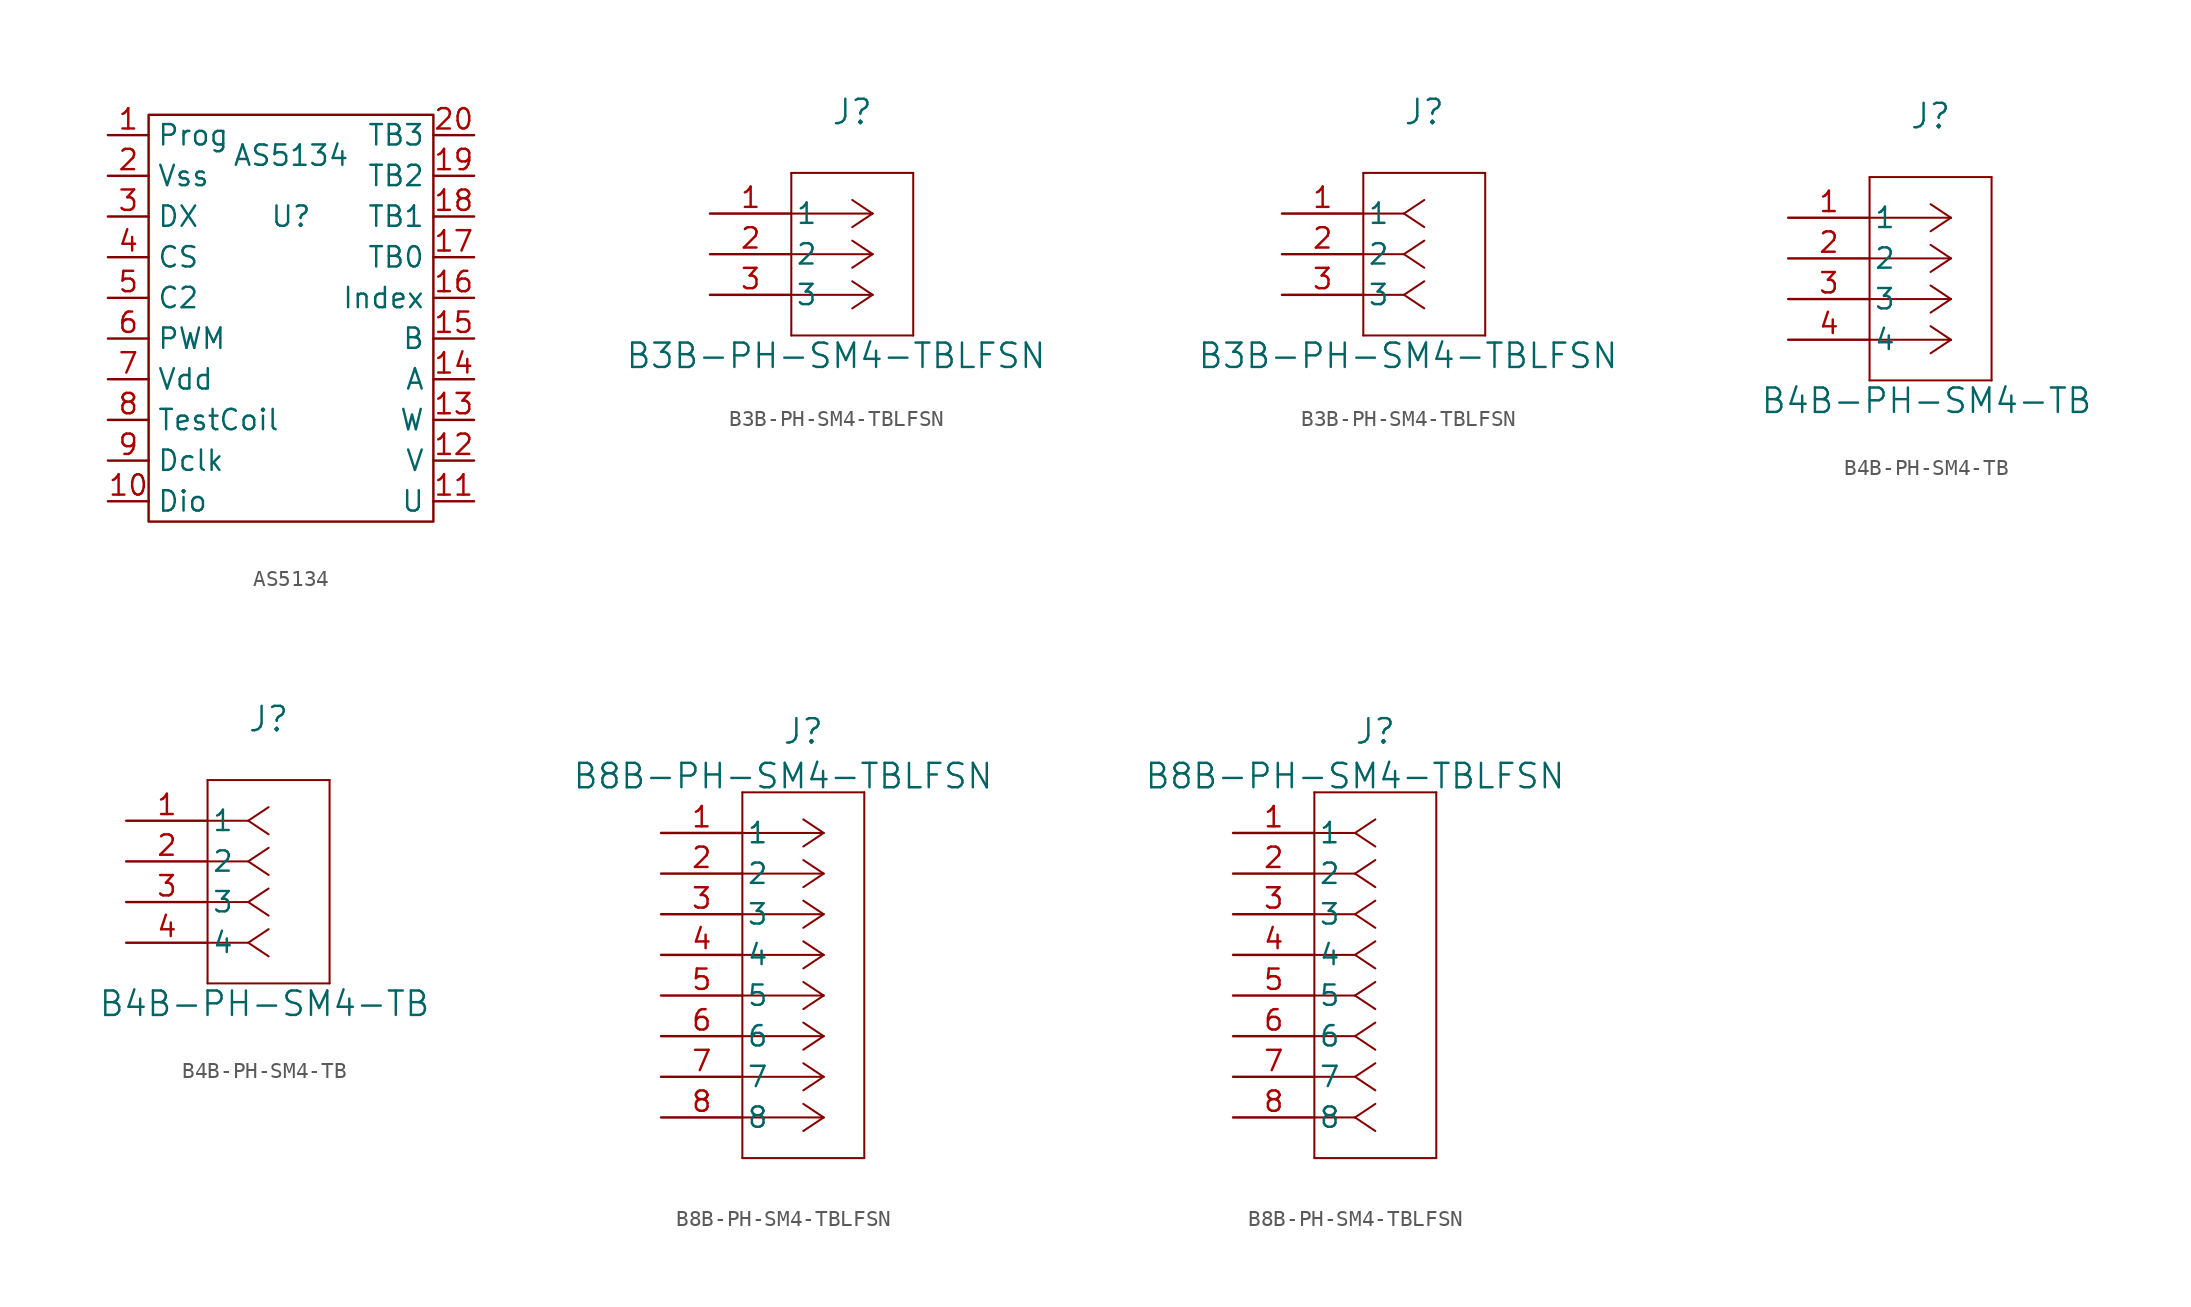
<source format=kicad_sym>
(kicad_symbol_lib
  (version 20241209)
  (generator "kicad_symbol_editor")
  (generator_version "9.0")
  (symbol "AS5134"
    (property "Reference" "U"
      (at 0 6.35 0)
      (effects (font (size 1.27 1.27))))
    (property "Value" "AS5134"
      (at 0 10.16 0)
      (effects (font (size 1.27 1.27))))
    (symbol "AS5134_0_1"
      (rectangle (start -8.89 12.7) (end 8.89 -12.7) (stroke (width 0) (type default)) (fill (type none))))
    (symbol "AS5134_1_1"
      (pin input line (at -11.43 11.43 0) (length 2.54) (name "Prog" (effects (font (size 1.27 1.27)))) (number "1" (effects (font (size 1.27 1.27)))))
      (pin power_in line (at -11.43 8.89 0) (length 2.54) (name "Vss" (effects (font (size 1.27 1.27)))) (number "2" (effects (font (size 1.27 1.27)))))
      (pin input line (at -11.43 6.35 0) (length 2.54) (name "DX" (effects (font (size 1.27 1.27)))) (number "3" (effects (font (size 1.27 1.27)))))
      (pin input line (at -11.43 3.81 0) (length 2.54) (name "CS" (effects (font (size 1.27 1.27)))) (number "4" (effects (font (size 1.27 1.27)))))
      (pin input line (at -11.43 1.27 0) (length 2.54) (name "C2" (effects (font (size 1.27 1.27)))) (number "5" (effects (font (size 1.27 1.27)))))
      (pin output line (at -11.43 -1.27 0) (length 2.54) (name "PWM" (effects (font (size 1.27 1.27)))) (number "6" (effects (font (size 1.27 1.27)))))
      (pin power_in line (at -11.43 -3.81 0) (length 2.54) (name "Vdd" (effects (font (size 1.27 1.27)))) (number "7" (effects (font (size 1.27 1.27)))))
      (pin output line (at -11.43 -6.35 0) (length 2.54) (name "TestCoil" (effects (font (size 1.27 1.27)))) (number "8" (effects (font (size 1.27 1.27)))))
      (pin input line (at -11.43 -8.89 0) (length 2.54) (name "Dclk" (effects (font (size 1.27 1.27)))) (number "9" (effects (font (size 1.27 1.27)))))
      (pin input line (at -11.43 -11.43 0) (length 2.54) (name "Dio" (effects (font (size 1.27 1.27)))) (number "10" (effects (font (size 1.27 1.27)))))
      (pin input line (at 11.43 11.43 180) (length 2.54) (name "TB3" (effects (font (size 1.27 1.27)))) (number "20" (effects (font (size 1.27 1.27)))))
      (pin input line (at 11.43 8.89 180) (length 2.54) (name "TB2" (effects (font (size 1.27 1.27)))) (number "19" (effects (font (size 1.27 1.27)))))
      (pin input line (at 11.43 6.35 180) (length 2.54) (name "TB1" (effects (font (size 1.27 1.27)))) (number "18" (effects (font (size 1.27 1.27)))))
      (pin input line (at 11.43 3.81 180) (length 2.54) (name "TB0" (effects (font (size 1.27 1.27)))) (number "17" (effects (font (size 1.27 1.27)))))
      (pin input line (at 11.43 1.27 180) (length 2.54) (name "Index" (effects (font (size 1.27 1.27)))) (number "16" (effects (font (size 1.27 1.27)))))
      (pin output line (at 11.43 -1.27 180) (length 2.54) (name "B" (effects (font (size 1.27 1.27)))) (number "15" (effects (font (size 1.27 1.27)))))
      (pin output line (at 11.43 -3.81 180) (length 2.54) (name "A" (effects (font (size 1.27 1.27)))) (number "14" (effects (font (size 1.27 1.27)))))
      (pin output line (at 11.43 -6.35 180) (length 2.54) (name "W" (effects (font (size 1.27 1.27)))) (number "13" (effects (font (size 1.27 1.27)))))
      (pin output line (at 11.43 -8.89 180) (length 2.54) (name "V" (effects (font (size 1.27 1.27)))) (number "12" (effects (font (size 1.27 1.27)))))
      (pin output line (at 11.43 -11.43 180) (length 2.54) (name "U" (effects (font (size 1.27 1.27)))) (number "11" (effects (font (size 1.27 1.27)))))))
  (symbol "B3B-PH-SM4-TBLFSN"
    (pin_names
      (offset 0.254))
    (property "Reference" "J"
      (at 8.89 6.35 0)
      (effects (font (size 1.524 1.524))))
    (property "Value" "B3B-PH-SM4-TBLFSN"
      (at 7.874 -8.89 0)
      (effects (font (size 1.524 1.524))))
    (property "ki_locked" ""
      (at 0 0 0)
      (effects (font (size 1.27 1.27))))
    (symbol "B3B-PH-SM4-TBLFSN_1_1"
      (polyline (pts (xy 5.08 2.54) (xy 5.08 -7.62)) (stroke (width 0.127) (type default)) (fill (type none)))
      (polyline (pts (xy 5.08 -7.62) (xy 12.7 -7.62)) (stroke (width 0.127) (type default)) (fill (type none)))
      (polyline (pts (xy 10.16 0) (xy 5.08 0)) (stroke (width 0.127) (type default)) (fill (type none)))
      (polyline (pts (xy 10.16 0) (xy 8.89 0.847)) (stroke (width 0.127) (type default)) (fill (type none)))
      (polyline (pts (xy 10.16 0) (xy 8.89 -0.847)) (stroke (width 0.127) (type default)) (fill (type none)))
      (polyline (pts (xy 10.16 -2.54) (xy 5.08 -2.54)) (stroke (width 0.127) (type default)) (fill (type none)))
      (polyline (pts (xy 10.16 -2.54) (xy 8.89 -1.693)) (stroke (width 0.127) (type default)) (fill (type none)))
      (polyline (pts (xy 10.16 -2.54) (xy 8.89 -3.387)) (stroke (width 0.127) (type default)) (fill (type none)))
      (polyline (pts (xy 10.16 -5.08) (xy 5.08 -5.08)) (stroke (width 0.127) (type default)) (fill (type none)))
      (polyline (pts (xy 10.16 -5.08) (xy 8.89 -4.233)) (stroke (width 0.127) (type default)) (fill (type none)))
      (polyline (pts (xy 10.16 -5.08) (xy 8.89 -5.927)) (stroke (width 0.127) (type default)) (fill (type none)))
      (polyline (pts (xy 12.7 2.54) (xy 5.08 2.54)) (stroke (width 0.127) (type default)) (fill (type none)))
      (polyline (pts (xy 12.7 -7.62) (xy 12.7 2.54)) (stroke (width 0.127) (type default)) (fill (type none)))
      (pin unspecified line (at 0 0 0) (length 5.08) (name "1" (effects (font (size 1.27 1.27)))) (number "1" (effects (font (size 1.27 1.27)))))
      (pin unspecified line (at 0 -2.54 0) (length 5.08) (name "2" (effects (font (size 1.27 1.27)))) (number "2" (effects (font (size 1.27 1.27)))))
      (pin unspecified line (at 0 -5.08 0) (length 5.08) (name "3" (effects (font (size 1.27 1.27)))) (number "3" (effects (font (size 1.27 1.27))))))
    (symbol "B3B-PH-SM4-TBLFSN_1_2"
      (polyline (pts (xy 5.08 2.54) (xy 5.08 -7.62)) (stroke (width 0.127) (type default)) (fill (type none)))
      (polyline (pts (xy 5.08 -7.62) (xy 12.7 -7.62)) (stroke (width 0.127) (type default)) (fill (type none)))
      (polyline (pts (xy 7.62 0) (xy 5.08 0)) (stroke (width 0.127) (type default)) (fill (type none)))
      (polyline (pts (xy 7.62 0) (xy 8.89 0.847)) (stroke (width 0.127) (type default)) (fill (type none)))
      (polyline (pts (xy 7.62 0) (xy 8.89 -0.847)) (stroke (width 0.127) (type default)) (fill (type none)))
      (polyline (pts (xy 7.62 -2.54) (xy 5.08 -2.54)) (stroke (width 0.127) (type default)) (fill (type none)))
      (polyline (pts (xy 7.62 -2.54) (xy 8.89 -1.693)) (stroke (width 0.127) (type default)) (fill (type none)))
      (polyline (pts (xy 7.62 -2.54) (xy 8.89 -3.387)) (stroke (width 0.127) (type default)) (fill (type none)))
      (polyline (pts (xy 7.62 -5.08) (xy 5.08 -5.08)) (stroke (width 0.127) (type default)) (fill (type none)))
      (polyline (pts (xy 7.62 -5.08) (xy 8.89 -4.233)) (stroke (width 0.127) (type default)) (fill (type none)))
      (polyline (pts (xy 7.62 -5.08) (xy 8.89 -5.927)) (stroke (width 0.127) (type default)) (fill (type none)))
      (polyline (pts (xy 12.7 2.54) (xy 5.08 2.54)) (stroke (width 0.127) (type default)) (fill (type none)))
      (polyline (pts (xy 12.7 -7.62) (xy 12.7 2.54)) (stroke (width 0.127) (type default)) (fill (type none)))
      (pin unspecified line (at 0 0 0) (length 5.08) (name "1" (effects (font (size 1.27 1.27)))) (number "1" (effects (font (size 1.27 1.27)))))
      (pin unspecified line (at 0 -2.54 0) (length 5.08) (name "2" (effects (font (size 1.27 1.27)))) (number "2" (effects (font (size 1.27 1.27)))))
      (pin unspecified line (at 0 -5.08 0) (length 5.08) (name "3" (effects (font (size 1.27 1.27)))) (number "3" (effects (font (size 1.27 1.27)))))))
  (symbol "B4B-PH-SM4-TB"
    (pin_names
      (offset 0.254))
    (property "Reference" "J"
      (at 8.89 6.35 0)
      (effects (font (size 1.524 1.524))))
    (property "Value" "B4B-PH-SM4-TB"
      (at 8.636 -11.43 0)
      (effects (font (size 1.524 1.524))))
    (property "ki_locked" ""
      (at 0 0 0)
      (effects (font (size 1.27 1.27))))
    (symbol "B4B-PH-SM4-TB_1_1"
      (polyline (pts (xy 5.08 2.54) (xy 5.08 -10.16)) (stroke (width 0.127) (type default)) (fill (type none)))
      (polyline (pts (xy 5.08 -10.16) (xy 12.7 -10.16)) (stroke (width 0.127) (type default)) (fill (type none)))
      (polyline (pts (xy 10.16 0) (xy 5.08 0)) (stroke (width 0.127) (type default)) (fill (type none)))
      (polyline (pts (xy 10.16 0) (xy 8.89 0.847)) (stroke (width 0.127) (type default)) (fill (type none)))
      (polyline (pts (xy 10.16 0) (xy 8.89 -0.847)) (stroke (width 0.127) (type default)) (fill (type none)))
      (polyline (pts (xy 10.16 -2.54) (xy 5.08 -2.54)) (stroke (width 0.127) (type default)) (fill (type none)))
      (polyline (pts (xy 10.16 -2.54) (xy 8.89 -1.693)) (stroke (width 0.127) (type default)) (fill (type none)))
      (polyline (pts (xy 10.16 -2.54) (xy 8.89 -3.387)) (stroke (width 0.127) (type default)) (fill (type none)))
      (polyline (pts (xy 10.16 -5.08) (xy 5.08 -5.08)) (stroke (width 0.127) (type default)) (fill (type none)))
      (polyline (pts (xy 10.16 -5.08) (xy 8.89 -4.233)) (stroke (width 0.127) (type default)) (fill (type none)))
      (polyline (pts (xy 10.16 -5.08) (xy 8.89 -5.927)) (stroke (width 0.127) (type default)) (fill (type none)))
      (polyline (pts (xy 10.16 -7.62) (xy 5.08 -7.62)) (stroke (width 0.127) (type default)) (fill (type none)))
      (polyline (pts (xy 10.16 -7.62) (xy 8.89 -6.773)) (stroke (width 0.127) (type default)) (fill (type none)))
      (polyline (pts (xy 10.16 -7.62) (xy 8.89 -8.467)) (stroke (width 0.127) (type default)) (fill (type none)))
      (polyline (pts (xy 12.7 2.54) (xy 5.08 2.54)) (stroke (width 0.127) (type default)) (fill (type none)))
      (polyline (pts (xy 12.7 -10.16) (xy 12.7 2.54)) (stroke (width 0.127) (type default)) (fill (type none)))
      (pin unspecified line (at 0 0 0) (length 5.08) (name "1" (effects (font (size 1.27 1.27)))) (number "1" (effects (font (size 1.27 1.27)))))
      (pin unspecified line (at 0 -2.54 0) (length 5.08) (name "2" (effects (font (size 1.27 1.27)))) (number "2" (effects (font (size 1.27 1.27)))))
      (pin unspecified line (at 0 -5.08 0) (length 5.08) (name "3" (effects (font (size 1.27 1.27)))) (number "3" (effects (font (size 1.27 1.27)))))
      (pin unspecified line (at 0 -7.62 0) (length 5.08) (name "4" (effects (font (size 1.27 1.27)))) (number "4" (effects (font (size 1.27 1.27))))))
    (symbol "B4B-PH-SM4-TB_1_2"
      (polyline (pts (xy 5.08 2.54) (xy 5.08 -10.16)) (stroke (width 0.127) (type default)) (fill (type none)))
      (polyline (pts (xy 5.08 -10.16) (xy 12.7 -10.16)) (stroke (width 0.127) (type default)) (fill (type none)))
      (polyline (pts (xy 7.62 0) (xy 5.08 0)) (stroke (width 0.127) (type default)) (fill (type none)))
      (polyline (pts (xy 7.62 0) (xy 8.89 0.847)) (stroke (width 0.127) (type default)) (fill (type none)))
      (polyline (pts (xy 7.62 0) (xy 8.89 -0.847)) (stroke (width 0.127) (type default)) (fill (type none)))
      (polyline (pts (xy 7.62 -2.54) (xy 5.08 -2.54)) (stroke (width 0.127) (type default)) (fill (type none)))
      (polyline (pts (xy 7.62 -2.54) (xy 8.89 -1.693)) (stroke (width 0.127) (type default)) (fill (type none)))
      (polyline (pts (xy 7.62 -2.54) (xy 8.89 -3.387)) (stroke (width 0.127) (type default)) (fill (type none)))
      (polyline (pts (xy 7.62 -5.08) (xy 5.08 -5.08)) (stroke (width 0.127) (type default)) (fill (type none)))
      (polyline (pts (xy 7.62 -5.08) (xy 8.89 -4.233)) (stroke (width 0.127) (type default)) (fill (type none)))
      (polyline (pts (xy 7.62 -5.08) (xy 8.89 -5.927)) (stroke (width 0.127) (type default)) (fill (type none)))
      (polyline (pts (xy 7.62 -7.62) (xy 5.08 -7.62)) (stroke (width 0.127) (type default)) (fill (type none)))
      (polyline (pts (xy 7.62 -7.62) (xy 8.89 -6.773)) (stroke (width 0.127) (type default)) (fill (type none)))
      (polyline (pts (xy 7.62 -7.62) (xy 8.89 -8.467)) (stroke (width 0.127) (type default)) (fill (type none)))
      (polyline (pts (xy 12.7 2.54) (xy 5.08 2.54)) (stroke (width 0.127) (type default)) (fill (type none)))
      (polyline (pts (xy 12.7 -10.16) (xy 12.7 2.54)) (stroke (width 0.127) (type default)) (fill (type none)))
      (pin unspecified line (at 0 0 0) (length 5.08) (name "1" (effects (font (size 1.27 1.27)))) (number "1" (effects (font (size 1.27 1.27)))))
      (pin unspecified line (at 0 -2.54 0) (length 5.08) (name "2" (effects (font (size 1.27 1.27)))) (number "2" (effects (font (size 1.27 1.27)))))
      (pin unspecified line (at 0 -5.08 0) (length 5.08) (name "3" (effects (font (size 1.27 1.27)))) (number "3" (effects (font (size 1.27 1.27)))))
      (pin unspecified line (at 0 -7.62 0) (length 5.08) (name "4" (effects (font (size 1.27 1.27)))) (number "4" (effects (font (size 1.27 1.27)))))))
  (symbol "B8B-PH-SM4-TBLFSN"
    (pin_names
      (offset 0.254))
    (property "Reference" "J"
      (at 8.89 6.35 0)
      (effects (font (size 1.524 1.524))))
    (property "Value" "B8B-PH-SM4-TBLFSN"
      (at 7.62 3.556 0)
      (effects (font (size 1.524 1.524))))
    (property "ki_locked" ""
      (at 0 0 0)
      (effects (font (size 1.27 1.27))))
    (symbol "B8B-PH-SM4-TBLFSN_1_1"
      (polyline (pts (xy 5.08 2.54) (xy 5.08 -20.32)) (stroke (width 0.127) (type default)) (fill (type none)))
      (polyline (pts (xy 5.08 -20.32) (xy 12.7 -20.32)) (stroke (width 0.127) (type default)) (fill (type none)))
      (polyline (pts (xy 10.16 0) (xy 5.08 0)) (stroke (width 0.127) (type default)) (fill (type none)))
      (polyline (pts (xy 10.16 0) (xy 8.89 0.847)) (stroke (width 0.127) (type default)) (fill (type none)))
      (polyline (pts (xy 10.16 0) (xy 8.89 -0.847)) (stroke (width 0.127) (type default)) (fill (type none)))
      (polyline (pts (xy 10.16 -2.54) (xy 5.08 -2.54)) (stroke (width 0.127) (type default)) (fill (type none)))
      (polyline (pts (xy 10.16 -2.54) (xy 8.89 -1.693)) (stroke (width 0.127) (type default)) (fill (type none)))
      (polyline (pts (xy 10.16 -2.54) (xy 8.89 -3.387)) (stroke (width 0.127) (type default)) (fill (type none)))
      (polyline (pts (xy 10.16 -5.08) (xy 5.08 -5.08)) (stroke (width 0.127) (type default)) (fill (type none)))
      (polyline (pts (xy 10.16 -5.08) (xy 8.89 -4.233)) (stroke (width 0.127) (type default)) (fill (type none)))
      (polyline (pts (xy 10.16 -5.08) (xy 8.89 -5.927)) (stroke (width 0.127) (type default)) (fill (type none)))
      (polyline (pts (xy 10.16 -7.62) (xy 5.08 -7.62)) (stroke (width 0.127) (type default)) (fill (type none)))
      (polyline (pts (xy 10.16 -7.62) (xy 8.89 -6.773)) (stroke (width 0.127) (type default)) (fill (type none)))
      (polyline (pts (xy 10.16 -7.62) (xy 8.89 -8.467)) (stroke (width 0.127) (type default)) (fill (type none)))
      (polyline (pts (xy 10.16 -10.16) (xy 5.08 -10.16)) (stroke (width 0.127) (type default)) (fill (type none)))
      (polyline (pts (xy 10.16 -10.16) (xy 8.89 -9.313)) (stroke (width 0.127) (type default)) (fill (type none)))
      (polyline (pts (xy 10.16 -10.16) (xy 8.89 -11.007)) (stroke (width 0.127) (type default)) (fill (type none)))
      (polyline (pts (xy 10.16 -12.7) (xy 5.08 -12.7)) (stroke (width 0.127) (type default)) (fill (type none)))
      (polyline (pts (xy 10.16 -12.7) (xy 8.89 -11.853)) (stroke (width 0.127) (type default)) (fill (type none)))
      (polyline (pts (xy 10.16 -12.7) (xy 8.89 -13.547)) (stroke (width 0.127) (type default)) (fill (type none)))
      (polyline (pts (xy 10.16 -15.24) (xy 5.08 -15.24)) (stroke (width 0.127) (type default)) (fill (type none)))
      (polyline (pts (xy 10.16 -15.24) (xy 8.89 -14.393)) (stroke (width 0.127) (type default)) (fill (type none)))
      (polyline (pts (xy 10.16 -15.24) (xy 8.89 -16.087)) (stroke (width 0.127) (type default)) (fill (type none)))
      (polyline (pts (xy 10.16 -17.78) (xy 5.08 -17.78)) (stroke (width 0.127) (type default)) (fill (type none)))
      (polyline (pts (xy 10.16 -17.78) (xy 8.89 -16.933)) (stroke (width 0.127) (type default)) (fill (type none)))
      (polyline (pts (xy 10.16 -17.78) (xy 8.89 -18.627)) (stroke (width 0.127) (type default)) (fill (type none)))
      (polyline (pts (xy 12.7 2.54) (xy 5.08 2.54)) (stroke (width 0.127) (type default)) (fill (type none)))
      (polyline (pts (xy 12.7 -20.32) (xy 12.7 2.54)) (stroke (width 0.127) (type default)) (fill (type none)))
      (pin unspecified line (at 0 0 0) (length 5.08) (name "1" (effects (font (size 1.27 1.27)))) (number "1" (effects (font (size 1.27 1.27)))))
      (pin unspecified line (at 0 -2.54 0) (length 5.08) (name "2" (effects (font (size 1.27 1.27)))) (number "2" (effects (font (size 1.27 1.27)))))
      (pin unspecified line (at 0 -5.08 0) (length 5.08) (name "3" (effects (font (size 1.27 1.27)))) (number "3" (effects (font (size 1.27 1.27)))))
      (pin unspecified line (at 0 -7.62 0) (length 5.08) (name "4" (effects (font (size 1.27 1.27)))) (number "4" (effects (font (size 1.27 1.27)))))
      (pin unspecified line (at 0 -10.16 0) (length 5.08) (name "5" (effects (font (size 1.27 1.27)))) (number "5" (effects (font (size 1.27 1.27)))))
      (pin unspecified line (at 0 -12.7 0) (length 5.08) (name "6" (effects (font (size 1.27 1.27)))) (number "6" (effects (font (size 1.27 1.27)))))
      (pin unspecified line (at 0 -15.24 0) (length 5.08) (name "7" (effects (font (size 1.27 1.27)))) (number "7" (effects (font (size 1.27 1.27)))))
      (pin unspecified line (at 0 -17.78 0) (length 5.08) (name "8" (effects (font (size 1.27 1.27)))) (number "8" (effects (font (size 1.27 1.27))))))
    (symbol "B8B-PH-SM4-TBLFSN_1_2"
      (polyline (pts (xy 5.08 2.54) (xy 5.08 -20.32)) (stroke (width 0.127) (type default)) (fill (type none)))
      (polyline (pts (xy 5.08 -20.32) (xy 12.7 -20.32)) (stroke (width 0.127) (type default)) (fill (type none)))
      (polyline (pts (xy 7.62 0) (xy 5.08 0)) (stroke (width 0.127) (type default)) (fill (type none)))
      (polyline (pts (xy 7.62 0) (xy 8.89 0.847)) (stroke (width 0.127) (type default)) (fill (type none)))
      (polyline (pts (xy 7.62 0) (xy 8.89 -0.847)) (stroke (width 0.127) (type default)) (fill (type none)))
      (polyline (pts (xy 7.62 -2.54) (xy 5.08 -2.54)) (stroke (width 0.127) (type default)) (fill (type none)))
      (polyline (pts (xy 7.62 -2.54) (xy 8.89 -1.693)) (stroke (width 0.127) (type default)) (fill (type none)))
      (polyline (pts (xy 7.62 -2.54) (xy 8.89 -3.387)) (stroke (width 0.127) (type default)) (fill (type none)))
      (polyline (pts (xy 7.62 -5.08) (xy 5.08 -5.08)) (stroke (width 0.127) (type default)) (fill (type none)))
      (polyline (pts (xy 7.62 -5.08) (xy 8.89 -4.233)) (stroke (width 0.127) (type default)) (fill (type none)))
      (polyline (pts (xy 7.62 -5.08) (xy 8.89 -5.927)) (stroke (width 0.127) (type default)) (fill (type none)))
      (polyline (pts (xy 7.62 -7.62) (xy 5.08 -7.62)) (stroke (width 0.127) (type default)) (fill (type none)))
      (polyline (pts (xy 7.62 -7.62) (xy 8.89 -6.773)) (stroke (width 0.127) (type default)) (fill (type none)))
      (polyline (pts (xy 7.62 -7.62) (xy 8.89 -8.467)) (stroke (width 0.127) (type default)) (fill (type none)))
      (polyline (pts (xy 7.62 -10.16) (xy 5.08 -10.16)) (stroke (width 0.127) (type default)) (fill (type none)))
      (polyline (pts (xy 7.62 -10.16) (xy 8.89 -9.313)) (stroke (width 0.127) (type default)) (fill (type none)))
      (polyline (pts (xy 7.62 -10.16) (xy 8.89 -11.007)) (stroke (width 0.127) (type default)) (fill (type none)))
      (polyline (pts (xy 7.62 -12.7) (xy 5.08 -12.7)) (stroke (width 0.127) (type default)) (fill (type none)))
      (polyline (pts (xy 7.62 -12.7) (xy 8.89 -11.853)) (stroke (width 0.127) (type default)) (fill (type none)))
      (polyline (pts (xy 7.62 -12.7) (xy 8.89 -13.547)) (stroke (width 0.127) (type default)) (fill (type none)))
      (polyline (pts (xy 7.62 -15.24) (xy 5.08 -15.24)) (stroke (width 0.127) (type default)) (fill (type none)))
      (polyline (pts (xy 7.62 -15.24) (xy 8.89 -14.393)) (stroke (width 0.127) (type default)) (fill (type none)))
      (polyline (pts (xy 7.62 -15.24) (xy 8.89 -16.087)) (stroke (width 0.127) (type default)) (fill (type none)))
      (polyline (pts (xy 7.62 -17.78) (xy 5.08 -17.78)) (stroke (width 0.127) (type default)) (fill (type none)))
      (polyline (pts (xy 7.62 -17.78) (xy 8.89 -16.933)) (stroke (width 0.127) (type default)) (fill (type none)))
      (polyline (pts (xy 7.62 -17.78) (xy 8.89 -18.627)) (stroke (width 0.127) (type default)) (fill (type none)))
      (polyline (pts (xy 12.7 2.54) (xy 5.08 2.54)) (stroke (width 0.127) (type default)) (fill (type none)))
      (polyline (pts (xy 12.7 -20.32) (xy 12.7 2.54)) (stroke (width 0.127) (type default)) (fill (type none)))
      (pin unspecified line (at 0 0 0) (length 5.08) (name "1" (effects (font (size 1.27 1.27)))) (number "1" (effects (font (size 1.27 1.27)))))
      (pin unspecified line (at 0 -2.54 0) (length 5.08) (name "2" (effects (font (size 1.27 1.27)))) (number "2" (effects (font (size 1.27 1.27)))))
      (pin unspecified line (at 0 -5.08 0) (length 5.08) (name "3" (effects (font (size 1.27 1.27)))) (number "3" (effects (font (size 1.27 1.27)))))
      (pin unspecified line (at 0 -7.62 0) (length 5.08) (name "4" (effects (font (size 1.27 1.27)))) (number "4" (effects (font (size 1.27 1.27)))))
      (pin unspecified line (at 0 -10.16 0) (length 5.08) (name "5" (effects (font (size 1.27 1.27)))) (number "5" (effects (font (size 1.27 1.27)))))
      (pin unspecified line (at 0 -12.7 0) (length 5.08) (name "6" (effects (font (size 1.27 1.27)))) (number "6" (effects (font (size 1.27 1.27)))))
      (pin unspecified line (at 0 -15.24 0) (length 5.08) (name "7" (effects (font (size 1.27 1.27)))) (number "7" (effects (font (size 1.27 1.27)))))
      (pin unspecified line (at 0 -17.78 0) (length 5.08) (name "8" (effects (font (size 1.27 1.27)))) (number "8" (effects (font (size 1.27 1.27))))))))
</source>
